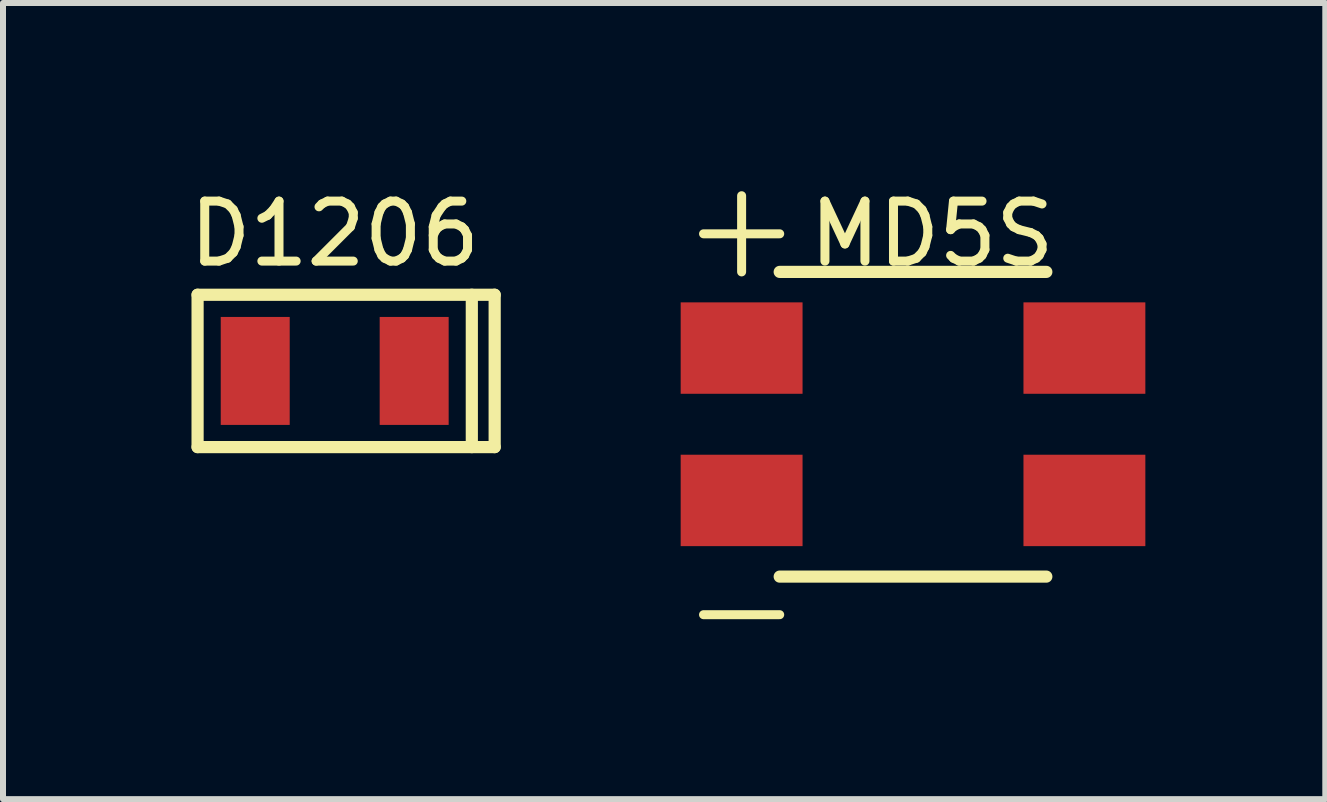
<source format=kicad_pcb>
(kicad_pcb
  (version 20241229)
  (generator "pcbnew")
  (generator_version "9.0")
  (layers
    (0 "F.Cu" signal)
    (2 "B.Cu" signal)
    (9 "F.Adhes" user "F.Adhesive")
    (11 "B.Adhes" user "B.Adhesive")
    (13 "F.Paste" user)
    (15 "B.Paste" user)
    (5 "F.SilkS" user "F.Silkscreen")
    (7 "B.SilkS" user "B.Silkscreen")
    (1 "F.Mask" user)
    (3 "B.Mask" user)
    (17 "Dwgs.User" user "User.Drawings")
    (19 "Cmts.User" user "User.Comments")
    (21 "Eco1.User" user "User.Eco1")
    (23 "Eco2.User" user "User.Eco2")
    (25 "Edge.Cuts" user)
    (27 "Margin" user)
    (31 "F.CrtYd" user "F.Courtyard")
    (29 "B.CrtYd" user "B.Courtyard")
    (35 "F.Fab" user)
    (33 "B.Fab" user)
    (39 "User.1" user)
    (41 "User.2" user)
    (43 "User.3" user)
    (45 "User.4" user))
  (footprint "MD5S"
    (layer "F.Cu")
    (at 9.314 2.753)
    (property "Reference" "MD5S" (at 3.175 -1.905 0) (layer "F.SilkS") (effects (font (size 1 1) (thickness 0.15))))
    (attr through_hole)
    (fp_line (start -0.635 -1.905) (end 0.635 -1.905) (stroke (width 0.15) (type solid)) (layer "F.SilkS"))
    (fp_line (start -0.635 4.445) (end 0.635 4.445) (stroke (width 0.15) (type solid)) (layer "F.SilkS"))
    (fp_line (start 0 -1.27) (end 0 -2.54) (stroke (width 0.15) (type solid)) (layer "F.SilkS"))
    (fp_line (start 0.635 -1.27) (end 5.08 -1.27) (stroke (width 0.203) (type solid)) (layer "F.SilkS"))
    (fp_line (start 0.635 3.81) (end 5.08 3.81) (stroke (width 0.203) (type solid)) (layer "F.SilkS"))
    (pad "1" smd rect (at 0 2.54) (size 2.032 1.524) (layers "F.Cu" "F.Mask" "F.Paste"))
    (pad "2" smd rect (at 5.715 2.54) (size 2.032 1.524) (layers "F.Cu" "F.Mask" "F.Paste"))
    (pad "3" smd rect (at 5.715 0) (size 2.032 1.524) (layers "F.Cu" "F.Mask" "F.Paste"))
    (pad "4" smd rect (at 0 0) (size 2.032 1.524) (layers "F.Cu" "F.Mask" "F.Paste")))
  (footprint "D1206"
    (layer "F.Cu")
    (at 2.53 3.134)
    (property "Reference" "D1206" (at 0 -2.286 0) (layer "F.SilkS") (effects (font (size 1 1) (thickness 0.15))))
    (attr through_hole)
    (fp_line (start -2.286 -1.27) (end 2.667 -1.27) (stroke (width 0.203) (type solid)) (layer "F.SilkS"))
    (fp_line (start -2.286 1.27) (end -2.286 -1.27) (stroke (width 0.203) (type solid)) (layer "F.SilkS"))
    (fp_line (start 2.286 -1.27) (end 2.286 1.27) (stroke (width 0.203) (type solid)) (layer "F.SilkS"))
    (fp_line (start 2.667 -1.27) (end 2.667 1.27) (stroke (width 0.203) (type solid)) (layer "F.SilkS"))
    (fp_line (start 2.667 1.27) (end -2.286 1.27) (stroke (width 0.203) (type solid)) (layer "F.SilkS"))
    (pad "A" smd rect (at -1.325 0) (size 1.15 1.8) (layers "F.Cu" "F.Mask" "F.Paste"))
    (pad "C" smd rect (at 1.325 0) (size 1.15 1.8) (layers "F.Cu" "F.Mask" "F.Paste")))
  (gr_rect
    (start -3 -3)
    (end 19.045 10.273)
    (stroke (width 0.1) (type default))
    (fill no)
    (layer "Edge.Cuts")))
</source>
